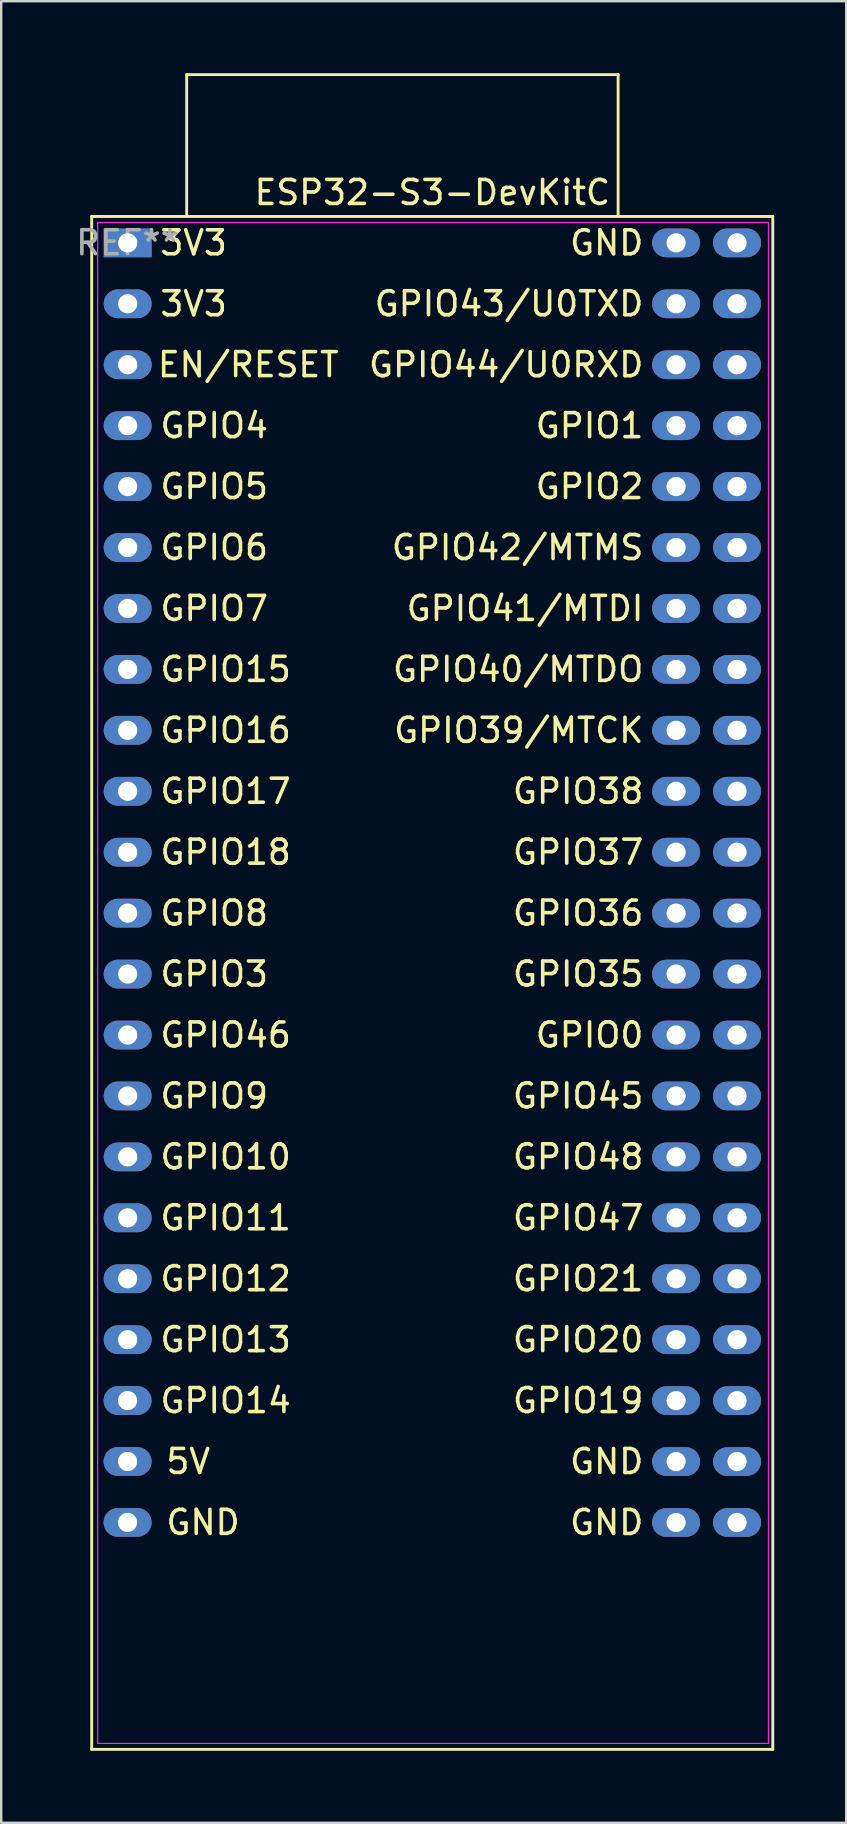
<source format=kicad_pcb>
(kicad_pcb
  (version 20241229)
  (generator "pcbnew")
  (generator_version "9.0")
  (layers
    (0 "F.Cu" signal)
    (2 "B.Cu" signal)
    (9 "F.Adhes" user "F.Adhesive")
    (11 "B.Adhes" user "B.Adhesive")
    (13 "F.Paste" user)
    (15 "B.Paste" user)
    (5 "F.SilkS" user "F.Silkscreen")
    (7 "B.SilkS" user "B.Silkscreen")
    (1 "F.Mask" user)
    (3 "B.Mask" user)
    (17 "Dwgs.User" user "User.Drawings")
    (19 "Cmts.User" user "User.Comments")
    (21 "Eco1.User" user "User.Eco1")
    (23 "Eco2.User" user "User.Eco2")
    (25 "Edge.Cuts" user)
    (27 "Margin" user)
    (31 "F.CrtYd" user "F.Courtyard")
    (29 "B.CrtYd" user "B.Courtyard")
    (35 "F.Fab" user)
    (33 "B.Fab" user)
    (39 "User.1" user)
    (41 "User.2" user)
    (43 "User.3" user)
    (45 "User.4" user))
  (footprint "ESP32-S3-DevKitC"
    (layer "F.Cu")
    (at 2.272 7.073)
    (property "Reference" "ESP32-S3-DevKitC" (at 12.7 -2.1 0) (layer "F.SilkS") (effects (font (size 1 1) (thickness 0.15))))
    (attr through_hole)
    (fp_line (start -1.5 62.797) (end 26.89 62.797) (stroke (width 0.12) (type solid)) (layer "F.SilkS"))
    (fp_line (start -1.5 -1.1) (end -1.5 62.797) (stroke (width 0.12) (type solid)) (layer "F.SilkS"))
    (fp_line (start 2.46 -7.013) (end 20.443 -7.013) (stroke (width 0.12) (type solid)) (layer "F.SilkS"))
    (fp_line (start 2.46 -1.12) (end 2.46 -7.013) (stroke (width 0.12) (type solid)) (layer "F.SilkS"))
    (fp_line (start 20.443 -7.013) (end 20.443 -1.12) (stroke (width 0.12) (type solid)) (layer "F.SilkS"))
    (fp_line (start 26.89 62.797) (end 26.89 -1.1) (stroke (width 0.12) (type solid)) (layer "F.SilkS"))
    (fp_line (start 26.89 -1.1) (end -1.5 -1.1) (stroke (width 0.12) (type solid)) (layer "F.SilkS"))
    (fp_line (start -1.25 -0.85) (end 26.71 -0.85) (stroke (width 0.05) (type solid)) (layer "F.CrtYd"))
    (fp_line (start -1.25 62.547) (end -1.25 -0.85) (stroke (width 0.05) (type solid)) (layer "F.CrtYd"))
    (fp_line (start 26.71 -0.85) (end 26.71 62.547) (stroke (width 0.05) (type solid)) (layer "F.CrtYd"))
    (fp_line (start 26.71 62.547) (end -1.25 62.547) (stroke (width 0.05) (type solid)) (layer "F.CrtYd"))
    (fp_text user "GPIO1" (at 21.59 7.62 0) (unlocked yes) (layer "F.SilkS") (effects (font (size 1 1) (thickness 0.15)) (justify right)))
    (fp_text user "GPIO41/MTDI" (at 21.59 15.24 0) (unlocked yes) (layer "F.SilkS") (effects (font (size 1 1) (thickness 0.15)) (justify right)))
    (fp_text user "GPIO42/MTMS" (at 21.59 12.7 0) (unlocked yes) (layer "F.SilkS") (effects (font (size 1 1) (thickness 0.15)) (justify right)))
    (fp_text user "GPIO10" (at 1.27 38.1 0) (unlocked yes) (layer "F.SilkS") (effects (font (size 1 1) (thickness 0.15)) (justify left)))
    (fp_text user "GPIO47" (at 21.59 40.64 0) (unlocked yes) (layer "F.SilkS") (effects (font (size 1 1) (thickness 0.15)) (justify right)))
    (fp_text user "GND" (at 21.59 0 0) (unlocked yes) (layer "F.SilkS") (effects (font (size 1 1) (thickness 0.15)) (justify right)))
    (fp_text user "GPIO36" (at 21.59 27.94 0) (unlocked yes) (layer "F.SilkS") (effects (font (size 1 1) (thickness 0.15)) (justify right)))
    (fp_text user "GPIO2" (at 21.59 10.16 0) (unlocked yes) (layer "F.SilkS") (effects (font (size 1 1) (thickness 0.15)) (justify right)))
    (fp_text user "GPIO35" (at 21.59 30.48 0) (unlocked yes) (layer "F.SilkS") (effects (font (size 1 1) (thickness 0.15)) (justify right)))
    (fp_text user "GPIO44/U0RXD" (at 21.59 5.08 0) (unlocked yes) (layer "F.SilkS") (effects (font (size 1 1) (thickness 0.15)) (justify right)))
    (fp_text user "GPIO5" (at 1.27 10.16 0) (unlocked yes) (layer "F.SilkS") (effects (font (size 1 1) (thickness 0.15)) (justify left)))
    (fp_text user "GPIO11" (at 1.27 40.64 0) (unlocked yes) (layer "F.SilkS") (effects (font (size 1 1) (thickness 0.15)) (justify left)))
    (fp_text user "GPIO0" (at 21.59 33.02 0) (unlocked yes) (layer "F.SilkS") (effects (font (size 1 1) (thickness 0.15)) (justify right)))
    (fp_text user "GPIO15" (at 1.27 17.78 0) (unlocked yes) (layer "F.SilkS") (effects (font (size 1 1) (thickness 0.15)) (justify left)))
    (fp_text user "GPIO40/MTDO" (at 21.59 17.78 0) (unlocked yes) (layer "F.SilkS") (effects (font (size 1 1) (thickness 0.15)) (justify right)))
    (fp_text user "GPIO48" (at 21.59 38.1 0) (unlocked yes) (layer "F.SilkS") (effects (font (size 1 1) (thickness 0.15)) (justify right)))
    (fp_text user "GPIO7" (at 1.27 15.24 0) (unlocked yes) (layer "F.SilkS") (effects (font (size 1 1) (thickness 0.15)) (justify left)))
    (fp_text user "GPIO14" (at 1.27 48.26 0) (unlocked yes) (layer "F.SilkS") (effects (font (size 1 1) (thickness 0.15)) (justify left)))
    (fp_text user "GPIO18" (at 1.27 25.4 0) (unlocked yes) (layer "F.SilkS") (effects (font (size 1 1) (thickness 0.15)) (justify left)))
    (fp_text user "5V" (at 1.52 50.797 0) (unlocked yes) (layer "F.SilkS") (effects (font (size 1 1) (thickness 0.15)) (justify left)))
    (fp_text user "GPIO20" (at 21.59 45.72 0) (unlocked yes) (layer "F.SilkS") (effects (font (size 1 1) (thickness 0.15)) (justify right)))
    (fp_text user "3V3" (at 1.27 0 0) (unlocked yes) (layer "F.SilkS") (effects (font (size 1 1) (thickness 0.15)) (justify left)))
    (fp_text user "GND" (at 1.52 53.337 0) (unlocked yes) (layer "F.SilkS") (effects (font (size 1 1) (thickness 0.15)) (justify left)))
    (fp_text user "GPIO38" (at 21.59 22.86 0) (unlocked yes) (layer "F.SilkS") (effects (font (size 1 1) (thickness 0.15)) (justify right)))
    (fp_text user "GPIO16" (at 1.27 20.32 0) (unlocked yes) (layer "F.SilkS") (effects (font (size 1 1) (thickness 0.15)) (justify left)))
    (fp_text user "GPIO12" (at 1.27 43.18 0) (unlocked yes) (layer "F.SilkS") (effects (font (size 1 1) (thickness 0.15)) (justify left)))
    (fp_text user "GPIO17" (at 1.27 22.86 0) (unlocked yes) (layer "F.SilkS") (effects (font (size 1 1) (thickness 0.15)) (justify left)))
    (fp_text user "GPIO9" (at 1.27 35.56 0) (unlocked yes) (layer "F.SilkS") (effects (font (size 1 1) (thickness 0.15)) (justify left)))
    (fp_text user "GPIO8" (at 1.27 27.94 0) (unlocked yes) (layer "F.SilkS") (effects (font (size 1 1) (thickness 0.15)) (justify left)))
    (fp_text user "GND" (at 21.59 50.8 0) (unlocked yes) (layer "F.SilkS") (effects (font (size 1 1) (thickness 0.15)) (justify right)))
    (fp_text user "EN/RESET" (at 8.886 5.077 0) (unlocked yes) (layer "F.SilkS") (effects (font (size 1 1) (thickness 0.15)) (justify right)))
    (fp_text user "GPIO39/MTCK" (at 21.59 20.32 0) (unlocked yes) (layer "F.SilkS") (effects (font (size 1 1) (thickness 0.15)) (justify right)))
    (fp_text user "GPIO43/U0TXD" (at 21.59 2.54 0) (unlocked yes) (layer "F.SilkS") (effects (font (size 1 1) (thickness 0.15)) (justify right)))
    (fp_text user "GPIO6" (at 1.27 12.7 0) (unlocked yes) (layer "F.SilkS") (effects (font (size 1 1) (thickness 0.15)) (justify left)))
    (fp_text user "GPIO19" (at 21.59 48.26 0) (unlocked yes) (layer "F.SilkS") (effects (font (size 1 1) (thickness 0.15)) (justify right)))
    (fp_text user "GPIO45" (at 21.59 35.56 0) (unlocked yes) (layer "F.SilkS") (effects (font (size 1 1) (thickness 0.15)) (justify right)))
    (fp_text user "GPIO46" (at 1.27 33.02 0) (unlocked yes) (layer "F.SilkS") (effects (font (size 1 1) (thickness 0.15)) (justify left)))
    (fp_text user "GPIO21" (at 21.59 43.18 0) (unlocked yes) (layer "F.SilkS") (effects (font (size 1 1) (thickness 0.15)) (justify right)))
    (fp_text user "GPIO4" (at 1.27 7.62 0) (unlocked yes) (layer "F.SilkS") (effects (font (size 1 1) (thickness 0.15)) (justify left)))
    (fp_text user "GPIO13" (at 1.27 45.72 0) (unlocked yes) (layer "F.SilkS") (effects (font (size 1 1) (thickness 0.15)) (justify left)))
    (fp_text user "3V3" (at 1.27 2.54 0) (unlocked yes) (layer "F.SilkS") (effects (font (size 1 1) (thickness 0.15)) (justify left)))
    (fp_text user "GPIO37" (at 21.59 25.4 0) (unlocked yes) (layer "F.SilkS") (effects (font (size 1 1) (thickness 0.15)) (justify right)))
    (fp_text user "GND" (at 21.59 53.34 0) (unlocked yes) (layer "F.SilkS") (effects (font (size 1 1) (thickness 0.15)) (justify right)))
    (fp_text user "GPIO3" (at 1.27 30.48 0) (unlocked yes) (layer "F.SilkS") (effects (font (size 1 1) (thickness 0.15)) (justify left)))
    (fp_text user "REF**" (at -0.004 -0.003 0) (layer "F.Fab") (effects (font (size 1 1) (thickness 0.15))))
    (pad "1" thru_hole rect (at 0 0 270) (size 1.2 2) (drill 0.8) (layers "*.Cu" "*.Mask"))
    (pad "2" thru_hole oval (at 0 2.54 270) (size 1.2 2) (drill 0.8) (layers "*.Cu" "*.Mask"))
    (pad "3" thru_hole oval (at 0 5.08 270) (size 1.2 2) (drill 0.8) (layers "*.Cu" "*.Mask"))
    (pad "4" thru_hole oval (at 0 7.62 270) (size 1.2 2) (drill 0.8) (layers "*.Cu" "*.Mask"))
    (pad "5" thru_hole oval (at 0 10.16 270) (size 1.2 2) (drill 0.8) (layers "*.Cu" "*.Mask"))
    (pad "6" thru_hole oval (at 0 12.7 270) (size 1.2 2) (drill 0.8) (layers "*.Cu" "*.Mask"))
    (pad "7" thru_hole oval (at 0 15.24 270) (size 1.2 2) (drill 0.8) (layers "*.Cu" "*.Mask"))
    (pad "8" thru_hole oval (at 0 17.78 270) (size 1.2 2) (drill 0.8) (layers "*.Cu" "*.Mask"))
    (pad "9" thru_hole oval (at 0 20.32 270) (size 1.2 2) (drill 0.8) (layers "*.Cu" "*.Mask"))
    (pad "10" thru_hole oval (at 0 22.86 270) (size 1.2 2) (drill 0.8) (layers "*.Cu" "*.Mask"))
    (pad "11" thru_hole oval (at 0 25.4 270) (size 1.2 2) (drill 0.8) (layers "*.Cu" "*.Mask"))
    (pad "12" thru_hole oval (at 0 27.94 270) (size 1.2 2) (drill 0.8) (layers "*.Cu" "*.Mask"))
    (pad "13" thru_hole oval (at 0 30.48 270) (size 1.2 2) (drill 0.8) (layers "*.Cu" "*.Mask"))
    (pad "14" thru_hole oval (at 0 33.02 270) (size 1.2 2) (drill 0.8) (layers "*.Cu" "*.Mask"))
    (pad "15" thru_hole oval (at 0 35.56 270) (size 1.2 2) (drill 0.8) (layers "*.Cu" "*.Mask"))
    (pad "16" thru_hole oval (at 0 38.1 270) (size 1.2 2) (drill 0.8) (layers "*.Cu" "*.Mask"))
    (pad "17" thru_hole oval (at 0 40.64 270) (size 1.2 2) (drill 0.8) (layers "*.Cu" "*.Mask"))
    (pad "18" thru_hole oval (at 0 43.18 270) (size 1.2 2) (drill 0.8) (layers "*.Cu" "*.Mask"))
    (pad "19" thru_hole oval (at 0 45.72 270) (size 1.2 2) (drill 0.8) (layers "*.Cu" "*.Mask"))
    (pad "20" thru_hole oval (at -0.004 48.257 270) (size 1.2 2) (drill 0.8) (layers "*.Cu" "*.Mask"))
    (pad "21" thru_hole oval (at -0.004 50.797 270) (size 1.2 2) (drill 0.8) (layers "*.Cu" "*.Mask"))
    (pad "22" thru_hole oval (at -0.004 53.337 270) (size 1.2 2) (drill 0.8) (layers "*.Cu" "*.Mask"))
    (pad "23" thru_hole oval (at 22.86 53.34 270) (size 1.2 2) (drill 0.8) (layers "*.Cu" "*.Mask"))
    (pad "23" thru_hole oval (at 25.4 53.34 270) (size 1.2 2) (drill 0.8) (layers "*.Cu" "*.Mask"))
    (pad "24" thru_hole oval (at 22.86 50.8 270) (size 1.2 2) (drill 0.8) (layers "*.Cu" "*.Mask"))
    (pad "24" thru_hole oval (at 25.4 50.8 270) (size 1.2 2) (drill 0.8) (layers "*.Cu" "*.Mask"))
    (pad "25" thru_hole oval (at 22.86 48.26 270) (size 1.2 2) (drill 0.8) (layers "*.Cu" "*.Mask"))
    (pad "25" thru_hole oval (at 25.4 48.26 270) (size 1.2 2) (drill 0.8) (layers "*.Cu" "*.Mask"))
    (pad "26" thru_hole oval (at 22.86 45.72 270) (size 1.2 2) (drill 0.8) (layers "*.Cu" "*.Mask"))
    (pad "26" thru_hole oval (at 25.4 45.72 270) (size 1.2 2) (drill 0.8) (layers "*.Cu" "*.Mask"))
    (pad "27" thru_hole oval (at 22.86 43.18 270) (size 1.2 2) (drill 0.8) (layers "*.Cu" "*.Mask"))
    (pad "27" thru_hole oval (at 25.4 43.18 270) (size 1.2 2) (drill 0.8) (layers "*.Cu" "*.Mask"))
    (pad "28" thru_hole oval (at 22.86 40.64 270) (size 1.2 2) (drill 0.8) (layers "*.Cu" "*.Mask"))
    (pad "28" thru_hole oval (at 25.4 40.64 270) (size 1.2 2) (drill 0.8) (layers "*.Cu" "*.Mask"))
    (pad "29" thru_hole oval (at 22.86 38.1 270) (size 1.2 2) (drill 0.8) (layers "*.Cu" "*.Mask"))
    (pad "29" thru_hole oval (at 25.4 38.1 270) (size 1.2 2) (drill 0.8) (layers "*.Cu" "*.Mask"))
    (pad "30" thru_hole oval (at 22.86 35.56 270) (size 1.2 2) (drill 0.8) (layers "*.Cu" "*.Mask"))
    (pad "30" thru_hole oval (at 25.4 35.56 270) (size 1.2 2) (drill 0.8) (layers "*.Cu" "*.Mask"))
    (pad "31" thru_hole oval (at 22.86 33.02 270) (size 1.2 2) (drill 0.8) (layers "*.Cu" "*.Mask"))
    (pad "31" thru_hole oval (at 25.4 33.02 270) (size 1.2 2) (drill 0.8) (layers "*.Cu" "*.Mask"))
    (pad "32" thru_hole oval (at 22.86 30.48 270) (size 1.2 2) (drill 0.8) (layers "*.Cu" "*.Mask"))
    (pad "32" thru_hole oval (at 25.4 30.48 270) (size 1.2 2) (drill 0.8) (layers "*.Cu" "*.Mask"))
    (pad "33" thru_hole oval (at 22.86 27.94 270) (size 1.2 2) (drill 0.8) (layers "*.Cu" "*.Mask"))
    (pad "33" thru_hole oval (at 25.4 27.94 270) (size 1.2 2) (drill 0.8) (layers "*.Cu" "*.Mask"))
    (pad "34" thru_hole oval (at 22.86 25.4 270) (size 1.2 2) (drill 0.8) (layers "*.Cu" "*.Mask"))
    (pad "34" thru_hole oval (at 25.4 25.4 270) (size 1.2 2) (drill 0.8) (layers "*.Cu" "*.Mask"))
    (pad "35" thru_hole oval (at 22.86 22.86 270) (size 1.2 2) (drill 0.8) (layers "*.Cu" "*.Mask"))
    (pad "35" thru_hole oval (at 25.4 22.86 270) (size 1.2 2) (drill 0.8) (layers "*.Cu" "*.Mask"))
    (pad "36" thru_hole oval (at 22.86 20.32 270) (size 1.2 2) (drill 0.8) (layers "*.Cu" "*.Mask"))
    (pad "36" thru_hole oval (at 25.4 20.32 270) (size 1.2 2) (drill 0.8) (layers "*.Cu" "*.Mask"))
    (pad "37" thru_hole oval (at 22.86 17.78 270) (size 1.2 2) (drill 0.8) (layers "*.Cu" "*.Mask"))
    (pad "37" thru_hole oval (at 25.4 17.78 270) (size 1.2 2) (drill 0.8) (layers "*.Cu" "*.Mask"))
    (pad "38" thru_hole oval (at 22.86 15.24 270) (size 1.2 2) (drill 0.8) (layers "*.Cu" "*.Mask"))
    (pad "38" thru_hole oval (at 25.4 15.24 270) (size 1.2 2) (drill 0.8) (layers "*.Cu" "*.Mask"))
    (pad "39" thru_hole oval (at 22.86 12.7 270) (size 1.2 2) (drill 0.8) (layers "*.Cu" "*.Mask"))
    (pad "39" thru_hole oval (at 25.4 12.7 270) (size 1.2 2) (drill 0.8) (layers "*.Cu" "*.Mask"))
    (pad "40" thru_hole oval (at 22.86 10.16 270) (size 1.2 2) (drill 0.8) (layers "*.Cu" "*.Mask"))
    (pad "40" thru_hole oval (at 25.4 10.16 270) (size 1.2 2) (drill 0.8) (layers "*.Cu" "*.Mask"))
    (pad "41" thru_hole oval (at 22.86 7.62 270) (size 1.2 2) (drill 0.8) (layers "*.Cu" "*.Mask"))
    (pad "41" thru_hole oval (at 25.4 7.62 270) (size 1.2 2) (drill 0.8) (layers "*.Cu" "*.Mask"))
    (pad "42" thru_hole oval (at 22.86 5.08 270) (size 1.2 2) (drill 0.8) (layers "*.Cu" "*.Mask"))
    (pad "42" thru_hole oval (at 25.4 5.08 270) (size 1.2 2) (drill 0.8) (layers "*.Cu" "*.Mask"))
    (pad "43" thru_hole oval (at 22.86 2.54 270) (size 1.2 2) (drill 0.8) (layers "*.Cu" "*.Mask"))
    (pad "43" thru_hole oval (at 25.4 2.54 270) (size 1.2 2) (drill 0.8) (layers "*.Cu" "*.Mask"))
    (pad "44" thru_hole oval (at 22.86 0 270) (size 1.2 2) (drill 0.8) (layers "*.Cu" "*.Mask"))
    (pad "44" thru_hole oval (at 25.4 0 270) (size 1.2 2) (drill 0.8) (layers "*.Cu" "*.Mask")))
  (gr_rect
    (start -3 -3)
    (end 32.222 72.93)
    (stroke (width 0.1) (type default))
    (fill no)
    (layer "Edge.Cuts")))
</source>
